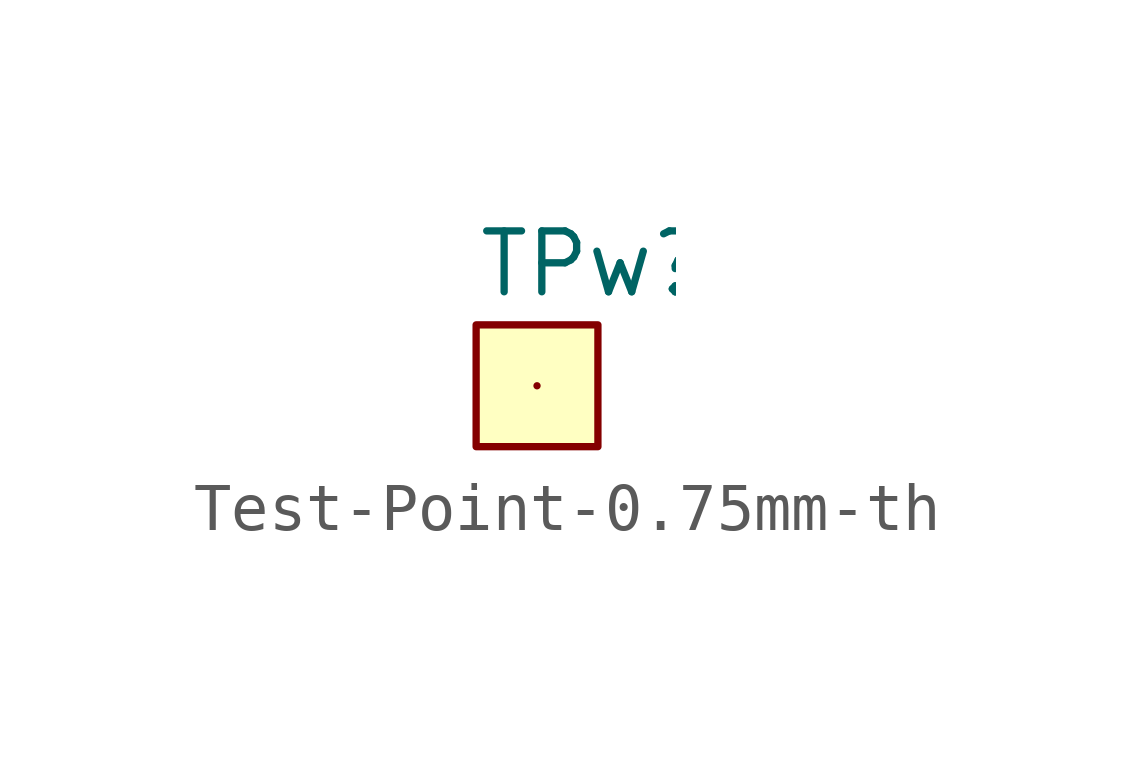
<source format=kicad_sym>
(kicad_symbol_lib
  (version 20241209)
  (generator "kicad_symbol_editor")
  (generator_version "9.0")
  (symbol "Test-Point-0.75mm-th"
    (property "Reference" "TPw"
      (at -1.27 2.54 0)
      (effects (font (size 1.27 1.27)) (justify left)))
    (symbol "Test-Point-0.75mm-th_1_0"
      (pin passive line (at 0 0 0) (length 0) (name "1" (effects (font (size 0 0)))) (number "1" (effects (font (size 0 0))))))
    (symbol "Test-Point-0.75mm-th_1_1"
      (rectangle (start -1.27 1.27) (end 1.27 -1.27) (stroke (width 0) (type default)) (fill (type background))))))
</source>
